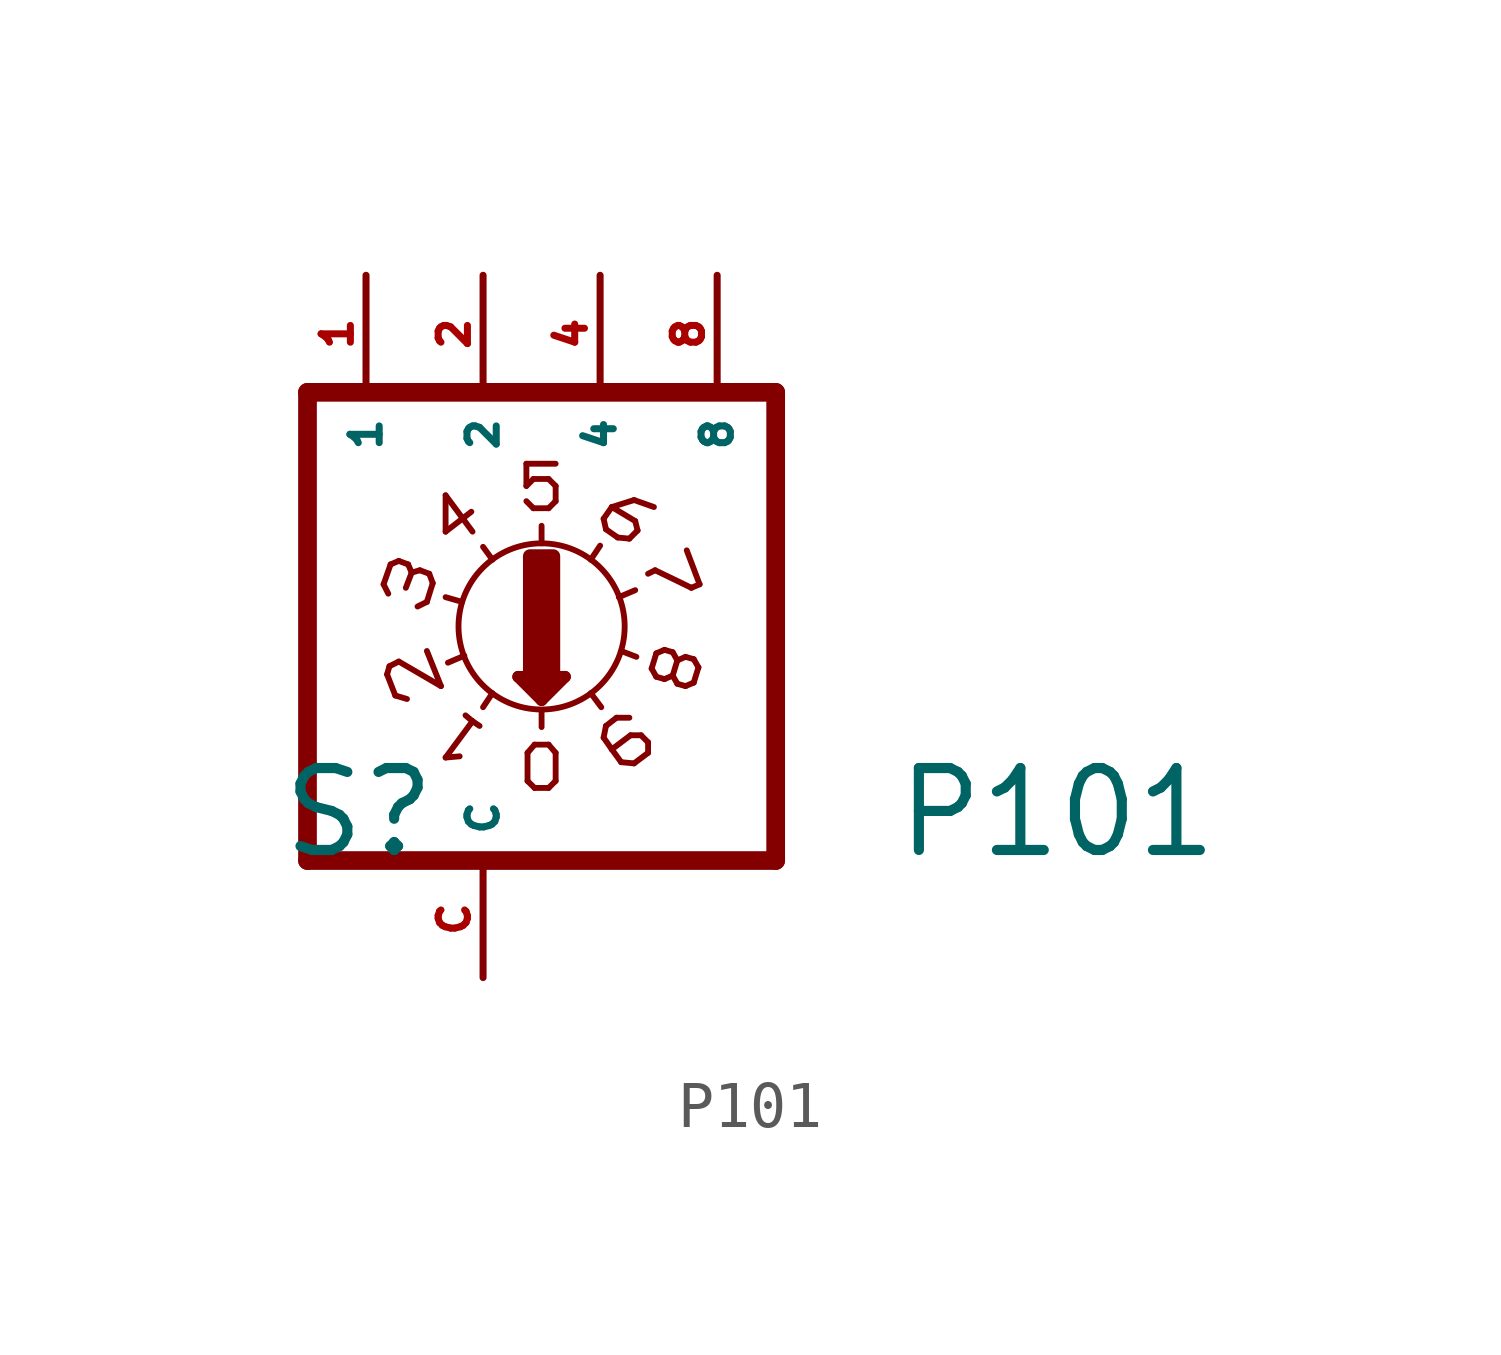
<source format=kicad_sym>
(kicad_symbol_lib
  (version 20220914)
  (generator Eagle2Kicad)
  (symbol "P101"
    (property "Reference" "S"
      (at -4.445 -5.08 0)
      (effects (font (size 1.778 1.778) (thickness 0.22)) (justify left bottom)))
    (property "Value" "P101"
      (at 8.89 -5.08 0)
      (effects (font (size 1.778 1.778) (thickness 0.22)) (justify left bottom)))
    (polyline
      (pts (xy 6.35 -5.08) (xy 6.35 5.08))
      (stroke (width 0.406) (type default))
      (fill (type none)))
    (polyline
      (pts (xy 1.27 1.803) (xy 1.27 2.184))
      (stroke (width 0.127) (type default))
      (fill (type none)))
    (polyline
      (pts (xy 0.762 -1.092) (xy 1.27 -1.6))
      (stroke (width 0.254) (type default))
      (fill (type none)))
    (polyline
      (pts (xy 1.27 -1.6) (xy 1.778 -1.092))
      (stroke (width 0.254) (type default))
      (fill (type none)))
    (polyline
      (pts (xy 1.778 -1.092) (xy 0.762 -1.092))
      (stroke (width 0.254) (type default))
      (fill (type none)))
    (polyline
      (pts (xy 1.27 -1.829) (xy 1.27 -2.184))
      (stroke (width 0.127) (type default))
      (fill (type none)))
    (polyline
      (pts (xy 1.016 -1.219) (xy 1.524 -1.219))
      (stroke (width 0.254) (type default))
      (fill (type none)))
    (polyline
      (pts (xy 1.27 -1.473) (xy 1.27 -1.346))
      (stroke (width 0.254) (type default))
      (fill (type none)))
    (polyline
      (pts (xy -3.81 -5.08) (xy -3.81 5.08))
      (stroke (width 0.406) (type default))
      (fill (type none)))
    (polyline
      (pts (xy 1.118 -3.505) (xy 1.422 -3.505))
      (stroke (width 0.127) (type default))
      (fill (type none)))
    (polyline
      (pts (xy 1.422 -3.505) (xy 1.575 -3.353))
      (stroke (width 0.127) (type default))
      (fill (type none)))
    (polyline
      (pts (xy 1.575 -3.353) (xy 1.575 -2.743))
      (stroke (width 0.127) (type default))
      (fill (type none)))
    (polyline
      (pts (xy 1.575 -2.743) (xy 1.422 -2.565))
      (stroke (width 0.127) (type default))
      (fill (type none)))
    (polyline
      (pts (xy 1.422 -2.565) (xy 1.118 -2.565))
      (stroke (width 0.127) (type default))
      (fill (type none)))
    (polyline
      (pts (xy 1.118 -2.565) (xy 0.965 -2.743))
      (stroke (width 0.127) (type default))
      (fill (type none)))
    (polyline
      (pts (xy 0.965 -2.743) (xy 0.965 -3.353))
      (stroke (width 0.127) (type default))
      (fill (type none)))
    (polyline
      (pts (xy 0.965 -3.353) (xy 1.118 -3.505))
      (stroke (width 0.127) (type default))
      (fill (type none)))
    (polyline
      (pts (xy 0.94 2.718) (xy 1.092 2.565))
      (stroke (width 0.127) (type default))
      (fill (type none)))
    (polyline
      (pts (xy 1.092 2.565) (xy 1.422 2.565))
      (stroke (width 0.127) (type default))
      (fill (type none)))
    (polyline
      (pts (xy 1.422 2.565) (xy 1.575 2.718))
      (stroke (width 0.127) (type default))
      (fill (type none)))
    (polyline
      (pts (xy 1.575 3.048) (xy 1.575 2.718))
      (stroke (width 0.127) (type default))
      (fill (type none)))
    (polyline
      (pts (xy 1.575 3.048) (xy 1.422 3.2))
      (stroke (width 0.127) (type default))
      (fill (type none)))
    (polyline
      (pts (xy 1.422 3.2) (xy 1.092 3.2))
      (stroke (width 0.127) (type default))
      (fill (type none)))
    (polyline
      (pts (xy 1.092 3.2) (xy 0.94 3.048))
      (stroke (width 0.127) (type default))
      (fill (type none)))
    (polyline
      (pts (xy 0.94 3.048) (xy 0.94 3.531))
      (stroke (width 0.127) (type default))
      (fill (type none)))
    (polyline
      (pts (xy 1.575 3.531) (xy 0.94 3.531))
      (stroke (width 0.127) (type default))
      (fill (type none)))
    (polyline
      (pts (xy -0.381 -1.93) (xy -0.229 -2.057))
      (stroke (width 0.127) (type default))
      (fill (type none)))
    (polyline
      (pts (xy 0.203 -1.448) (xy 0 -1.753))
      (stroke (width 0.127) (type default))
      (fill (type none)))
    (polyline
      (pts (xy -0.229 -2.057) (xy -0.813 -2.845))
      (stroke (width 0.127) (type default))
      (fill (type none)))
    (polyline
      (pts (xy -0.229 -2.057) (xy -0.076 -2.159))
      (stroke (width 0.127) (type default))
      (fill (type none)))
    (polyline
      (pts (xy -0.813 -2.845) (xy -0.508 -2.819))
      (stroke (width 0.127) (type default))
      (fill (type none)))
    (polyline
      (pts (xy -1.219 -0.533) (xy -0.914 -1.295))
      (stroke (width 0.127) (type default))
      (fill (type none)))
    (polyline
      (pts (xy -0.914 -1.295) (xy -1.829 -0.762))
      (stroke (width 0.127) (type default))
      (fill (type none)))
    (polyline
      (pts (xy -1.829 -0.762) (xy -2.032 -0.864))
      (stroke (width 0.127) (type default))
      (fill (type none)))
    (polyline
      (pts (xy -2.032 -0.864) (xy -2.083 -1.041))
      (stroke (width 0.127) (type default))
      (fill (type none)))
    (polyline
      (pts (xy -2.083 -1.041) (xy -1.905 -1.499))
      (stroke (width 0.127) (type default))
      (fill (type none)))
    (polyline
      (pts (xy -1.905 -1.499) (xy -1.651 -1.575))
      (stroke (width 0.127) (type default))
      (fill (type none)))
    (polyline
      (pts (xy -0.406 -0.635) (xy -0.762 -0.787))
      (stroke (width 0.127) (type default))
      (fill (type none)))
    (polyline
      (pts (xy -0.457 0.533) (xy -0.813 0.635))
      (stroke (width 0.127) (type default))
      (fill (type none)))
    (polyline
      (pts (xy -1.219 0.533) (xy -1.092 0.94))
      (stroke (width 0.127) (type default))
      (fill (type none)))
    (polyline
      (pts (xy -1.092 0.94) (xy -1.168 1.143))
      (stroke (width 0.127) (type default))
      (fill (type none)))
    (polyline
      (pts (xy -1.168 1.143) (xy -1.372 1.219))
      (stroke (width 0.127) (type default))
      (fill (type none)))
    (polyline
      (pts (xy -1.549 1.168) (xy -1.626 1.346))
      (stroke (width 0.127) (type default))
      (fill (type none)))
    (polyline
      (pts (xy -1.549 1.168) (xy -1.676 0.838))
      (stroke (width 0.127) (type default))
      (fill (type none)))
    (polyline
      (pts (xy -1.626 1.346) (xy -1.829 1.422))
      (stroke (width 0.127) (type default))
      (fill (type none)))
    (polyline
      (pts (xy -1.829 1.422) (xy -2.007 1.346))
      (stroke (width 0.127) (type default))
      (fill (type none)))
    (polyline
      (pts (xy -2.007 1.346) (xy -2.159 0.914))
      (stroke (width 0.127) (type default))
      (fill (type none)))
    (polyline
      (pts (xy -2.159 0.914) (xy -2.057 0.711))
      (stroke (width 0.127) (type default))
      (fill (type none)))
    (polyline
      (pts (xy -1.219 0.533) (xy -1.422 0.432))
      (stroke (width 0.127) (type default))
      (fill (type none)))
    (polyline
      (pts (xy -1.372 1.219) (xy -1.549 1.168))
      (stroke (width 0.127) (type default))
      (fill (type none)))
    (polyline
      (pts (xy -0.813 2.845) (xy -0.813 2.057))
      (stroke (width 0.127) (type default))
      (fill (type none)))
    (polyline
      (pts (xy -0.813 2.057) (xy -0.254 2.489))
      (stroke (width 0.127) (type default))
      (fill (type none)))
    (polyline
      (pts (xy -0.813 2.845) (xy -0.229 2.057))
      (stroke (width 0.127) (type default))
      (fill (type none)))
    (polyline
      (pts (xy 0.203 1.448) (xy 0 1.727))
      (stroke (width 0.127) (type default))
      (fill (type none)))
    (polyline
      (pts (xy 2.337 1.448) (xy 2.54 1.753))
      (stroke (width 0.127) (type default))
      (fill (type none)))
    (polyline
      (pts (xy 2.946 0.635) (xy 3.302 0.787))
      (stroke (width 0.127) (type default))
      (fill (type none)))
    (polyline
      (pts (xy 2.667 2.108) (xy 2.921 1.93))
      (stroke (width 0.127) (type default))
      (fill (type none)))
    (polyline
      (pts (xy 2.921 1.93) (xy 3.175 1.905))
      (stroke (width 0.127) (type default))
      (fill (type none)))
    (polyline
      (pts (xy 3.175 1.905) (xy 3.353 2.083))
      (stroke (width 0.127) (type default))
      (fill (type none)))
    (polyline
      (pts (xy 3.353 2.083) (xy 3.302 2.286))
      (stroke (width 0.127) (type default))
      (fill (type none)))
    (polyline
      (pts (xy 3.302 2.286) (xy 2.794 2.591))
      (stroke (width 0.127) (type default))
      (fill (type none)))
    (polyline
      (pts (xy 2.794 2.591) (xy 3.277 2.743))
      (stroke (width 0.127) (type default))
      (fill (type none)))
    (polyline
      (pts (xy 3.277 2.743) (xy 3.708 2.591))
      (stroke (width 0.127) (type default))
      (fill (type none)))
    (polyline
      (pts (xy 2.667 2.108) (xy 2.616 2.337))
      (stroke (width 0.127) (type default))
      (fill (type none)))
    (polyline
      (pts (xy 2.616 2.337) (xy 2.794 2.591))
      (stroke (width 0.127) (type default))
      (fill (type none)))
    (polyline
      (pts (xy 4.42 1.651) (xy 4.699 0.914))
      (stroke (width 0.127) (type default))
      (fill (type none)))
    (polyline
      (pts (xy 4.699 0.914) (xy 4.521 0.838))
      (stroke (width 0.127) (type default))
      (fill (type none)))
    (polyline
      (pts (xy 4.521 0.838) (xy 3.734 1.219))
      (stroke (width 0.127) (type default))
      (fill (type none)))
    (polyline
      (pts (xy 3.734 1.219) (xy 3.581 1.143))
      (stroke (width 0.127) (type default))
      (fill (type none)))
    (polyline
      (pts (xy 4.216 -0.737) (xy 4.115 -0.559))
      (stroke (width 0.127) (type default))
      (fill (type none)))
    (polyline
      (pts (xy 4.115 -0.559) (xy 3.937 -0.508))
      (stroke (width 0.127) (type default))
      (fill (type none)))
    (polyline
      (pts (xy 3.937 -0.508) (xy 3.759 -0.584))
      (stroke (width 0.127) (type default))
      (fill (type none)))
    (polyline
      (pts (xy 4.115 -1.067) (xy 4.216 -0.737))
      (stroke (width 0.127) (type default))
      (fill (type none)))
    (polyline
      (pts (xy 3.759 -0.584) (xy 3.658 -0.914))
      (stroke (width 0.127) (type default))
      (fill (type none)))
    (polyline
      (pts (xy 3.658 -0.914) (xy 3.759 -1.092))
      (stroke (width 0.127) (type default))
      (fill (type none)))
    (polyline
      (pts (xy 3.759 -1.092) (xy 3.937 -1.143))
      (stroke (width 0.127) (type default))
      (fill (type none)))
    (polyline
      (pts (xy 3.937 -1.143) (xy 4.115 -1.067))
      (stroke (width 0.127) (type default))
      (fill (type none)))
    (polyline
      (pts (xy 4.674 -0.889) (xy 4.572 -0.711))
      (stroke (width 0.127) (type default))
      (fill (type none)))
    (polyline
      (pts (xy 4.572 -0.711) (xy 4.394 -0.66))
      (stroke (width 0.127) (type default))
      (fill (type none)))
    (polyline
      (pts (xy 4.394 -0.66) (xy 4.216 -0.737))
      (stroke (width 0.127) (type default))
      (fill (type none)))
    (polyline
      (pts (xy 4.572 -1.219) (xy 4.674 -0.889))
      (stroke (width 0.127) (type default))
      (fill (type none)))
    (polyline
      (pts (xy 4.115 -1.067) (xy 4.216 -1.245))
      (stroke (width 0.127) (type default))
      (fill (type none)))
    (polyline
      (pts (xy 4.216 -1.245) (xy 4.394 -1.295))
      (stroke (width 0.127) (type default))
      (fill (type none)))
    (polyline
      (pts (xy 4.394 -1.295) (xy 4.572 -1.219))
      (stroke (width 0.127) (type default))
      (fill (type none)))
    (polyline
      (pts (xy 2.667 -2.159) (xy 2.896 -1.981))
      (stroke (width 0.127) (type default))
      (fill (type none)))
    (polyline
      (pts (xy 2.896 -1.981) (xy 3.175 -1.981))
      (stroke (width 0.127) (type default))
      (fill (type none)))
    (polyline
      (pts (xy 2.667 -2.159) (xy 2.616 -2.413))
      (stroke (width 0.127) (type default))
      (fill (type none)))
    (polyline
      (pts (xy 2.616 -2.413) (xy 2.794 -2.667))
      (stroke (width 0.127) (type default))
      (fill (type none)))
    (polyline
      (pts (xy 2.997 -2.946) (xy 3.277 -2.972))
      (stroke (width 0.127) (type default))
      (fill (type none)))
    (polyline
      (pts (xy 3.277 -2.972) (xy 3.581 -2.743))
      (stroke (width 0.127) (type default))
      (fill (type none)))
    (polyline
      (pts (xy 3.581 -2.743) (xy 3.581 -2.515))
      (stroke (width 0.127) (type default))
      (fill (type none)))
    (polyline
      (pts (xy 3.581 -2.515) (xy 3.429 -2.362))
      (stroke (width 0.127) (type default))
      (fill (type none)))
    (polyline
      (pts (xy 3.429 -2.362) (xy 3.2 -2.362))
      (stroke (width 0.127) (type default))
      (fill (type none)))
    (polyline
      (pts (xy 3.2 -2.362) (xy 2.794 -2.667))
      (stroke (width 0.127) (type default))
      (fill (type none)))
    (polyline
      (pts (xy 2.794 -2.667) (xy 2.997 -2.946))
      (stroke (width 0.127) (type default))
      (fill (type none)))
    (polyline
      (pts (xy 2.997 -0.533) (xy 3.327 -0.66))
      (stroke (width 0.127) (type default))
      (fill (type none)))
    (polyline
      (pts (xy 2.337 -1.448) (xy 2.565 -1.753))
      (stroke (width 0.127) (type default))
      (fill (type none)))
    (polyline
      (pts (xy -3.81 -5.08) (xy 6.35 -5.08))
      (stroke (width 0.406) (type default))
      (fill (type none)))
    (polyline
      (pts (xy 6.35 5.08) (xy -3.81 5.08))
      (stroke (width 0.406) (type default))
      (fill (type none)))
    (circle
      (center 1.27 0)
      (radius 1.803)
      (stroke (width 0.127) (type default))
      (fill (type none)))
    (rectangle
      (start 1.016 -1.016)
      (end 1.524 1.524)
      (stroke (width 0.3) (type default))
      (fill (type outline)))
    (pin passive line
      (at 5.08 7.62 270)
      (length 2.54)
      (name "8" (effects (font (size 0.635 0.635) (thickness 0.08)) (justify left bottom)))
      (number "8" (effects (font (size 0.635 0.635) (thickness 0.08)) (justify left bottom))))
    (pin passive line
      (at 2.54 7.62 270)
      (length 2.54)
      (name "4" (effects (font (size 0.635 0.635) (thickness 0.08)) (justify left bottom)))
      (number "4" (effects (font (size 0.635 0.635) (thickness 0.08)) (justify left bottom))))
    (pin passive line
      (at 0 7.62 270)
      (length 2.54)
      (name "2" (effects (font (size 0.635 0.635) (thickness 0.08)) (justify left bottom)))
      (number "2" (effects (font (size 0.635 0.635) (thickness 0.08)) (justify left bottom))))
    (pin passive line
      (at -2.54 7.62 270)
      (length 2.54)
      (name "1" (effects (font (size 0.635 0.635) (thickness 0.08)) (justify left bottom)))
      (number "1" (effects (font (size 0.635 0.635) (thickness 0.08)) (justify left bottom))))
    (pin passive line
      (at 0 -7.62 90)
      (length 2.54)
      (name "C" (effects (font (size 0.635 0.635) (thickness 0.08)) (justify left bottom)))
      (number "C" (effects (font (size 0.635 0.635) (thickness 0.08)) (justify left bottom))))))
</source>
